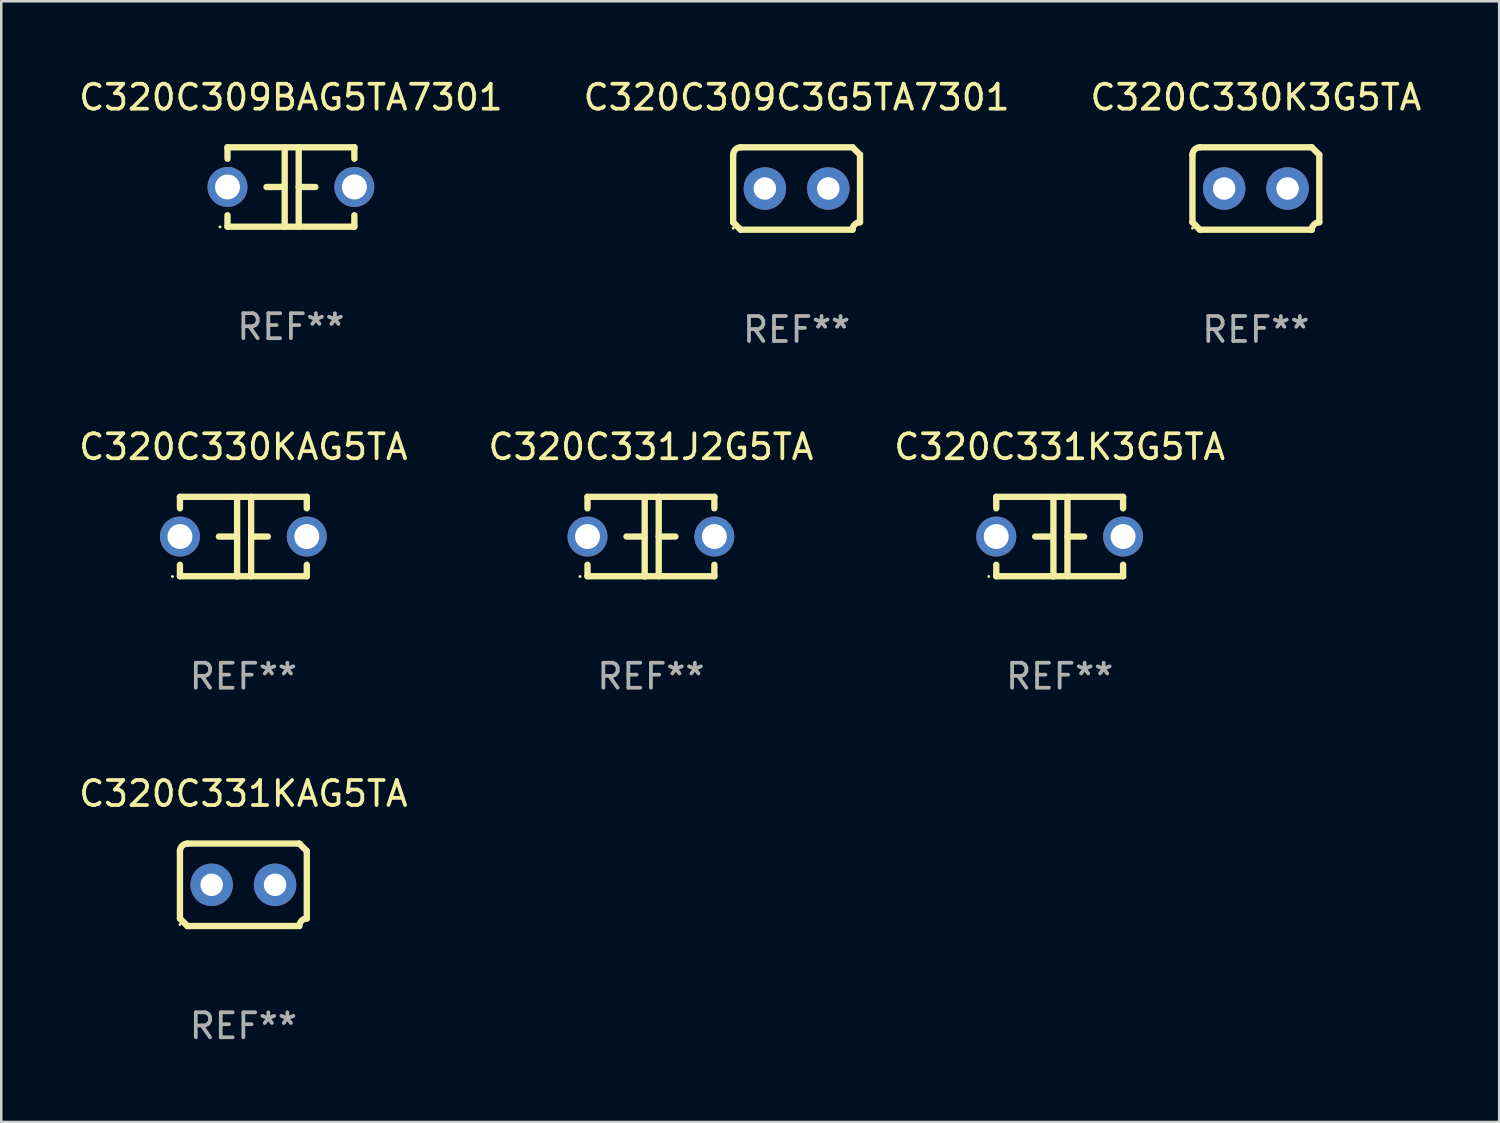
<source format=kicad_pcb>
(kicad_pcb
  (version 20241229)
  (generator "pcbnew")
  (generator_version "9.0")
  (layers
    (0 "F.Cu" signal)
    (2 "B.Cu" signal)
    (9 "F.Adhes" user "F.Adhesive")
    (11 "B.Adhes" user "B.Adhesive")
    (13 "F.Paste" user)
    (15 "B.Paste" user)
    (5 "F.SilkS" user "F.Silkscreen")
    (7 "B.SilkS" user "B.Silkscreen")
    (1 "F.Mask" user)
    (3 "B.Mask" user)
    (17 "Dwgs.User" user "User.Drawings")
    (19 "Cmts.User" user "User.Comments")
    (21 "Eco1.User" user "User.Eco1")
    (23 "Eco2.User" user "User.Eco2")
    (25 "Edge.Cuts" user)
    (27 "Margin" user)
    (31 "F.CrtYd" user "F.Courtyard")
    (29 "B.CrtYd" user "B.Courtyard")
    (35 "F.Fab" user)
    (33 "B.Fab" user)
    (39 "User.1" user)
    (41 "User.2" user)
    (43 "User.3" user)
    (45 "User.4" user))
  (footprint "C320C309C3G5TA7301"
    (layer "F.Cu")
    (at 28.851 4.499)
    (property "Reference" "C320C309C3G5TA7301" (at 0 -3.651 0) (layer "F.SilkS") (effects (font (size 1 1) (thickness 0.15))))
    (attr through_hole)
    (fp_line (start -2.54 -1.351) (end -2.54 1.351) (stroke (width 0.254) (type solid)) (layer "F.SilkS"))
    (fp_line (start -2.24 -1.651) (end 2.24 -1.651) (stroke (width 0.254) (type solid)) (layer "F.SilkS"))
    (fp_line (start 2.24 1.651) (end -2.24 1.651) (stroke (width 0.254) (type solid)) (layer "F.SilkS"))
    (fp_line (start 2.54 1.351) (end 2.54 -1.351) (stroke (width 0.254) (type solid)) (layer "F.SilkS"))
    (fp_arc (start -2.540005 -1.351283) (mid -2.450115 -1.561309) (end -2.240005 -1.651003) (stroke (width 0.254001) (type solid)) (layer "F.SilkS"))
    (fp_arc (start -2.240287 1.651001) (mid -2.390163 1.501019) (end -2.540005 1.351003) (stroke (width 0.254001) (type solid)) (layer "F.SilkS"))
    (fp_arc (start 2.240005 1.651003) (mid 2.329934 1.441015) (end 2.540005 1.351282) (stroke (width 0.254001) (type solid)) (layer "F.SilkS"))
    (fp_arc (start 2.540005 -1.351003) (mid 2.389393 -1.500252) (end 2.240284 -1.651003) (stroke (width 0.254001) (type solid)) (layer "F.SilkS"))
    (fp_circle (center -2.54 1.59) (end -2.51 1.59) (stroke (width 0.06) (type solid)) (fill no) (layer "F.SilkS"))
    (fp_text user "REF**" (at 0 5.651 0) (layer "F.Fab") (effects (font (size 1 1) (thickness 0.15))))
    (pad "1" thru_hole circle (at -1.27 0) (size 1.7 1.7) (drill 0.9) (layers "*.Cu" "*.Mask"))
    (pad "2" thru_hole circle (at 1.27 0) (size 1.7 1.7) (drill 0.9) (layers "*.Cu" "*.Mask")))
  (footprint "C320C330KAG5TA"
    (layer "F.Cu")
    (at 6.696 18.442)
    (property "Reference" "C320C330KAG5TA" (at 0 -3.595 0) (layer "F.SilkS") (effects (font (size 1 1) (thickness 0.15))))
    (attr through_hole)
    (fp_line (start -2.54 -1.595) (end -2.54 -1.136) (stroke (width 0.254) (type solid)) (layer "F.SilkS"))
    (fp_line (start -2.54 -1.595) (end 2.54 -1.595) (stroke (width 0.254) (type solid)) (layer "F.SilkS"))
    (fp_line (start -2.54 1.126) (end -2.54 1.585) (stroke (width 0.254) (type solid)) (layer "F.SilkS"))
    (fp_line (start -0.312 -0.005) (end -0.98 -0.005) (stroke (width 0.254) (type solid)) (layer "F.SilkS"))
    (fp_line (start -0.25 -1.585) (end -0.25 1.595) (stroke (width 0.254) (type solid)) (layer "F.SilkS"))
    (fp_line (start 0.312 -1.595) (end 0.312 1.585) (stroke (width 0.254) (type solid)) (layer "F.SilkS"))
    (fp_line (start 0.312 -0.005) (end 0.98 -0.005) (stroke (width 0.254) (type solid)) (layer "F.SilkS"))
    (fp_line (start 2.54 -1.595) (end 2.54 -1.136) (stroke (width 0.254) (type solid)) (layer "F.SilkS"))
    (fp_line (start 2.54 1.126) (end 2.54 1.585) (stroke (width 0.254) (type solid)) (layer "F.SilkS"))
    (fp_line (start 2.54 1.585) (end -2.54 1.585) (stroke (width 0.254) (type solid)) (layer "F.SilkS"))
    (fp_circle (center -2.84 1.595) (end -2.81 1.595) (stroke (width 0.06) (type solid)) (fill no) (layer "F.SilkS"))
    (fp_text user "REF**" (at 0 5.595 0) (layer "F.Fab") (effects (font (size 1 1) (thickness 0.15))))
    (pad "1" thru_hole circle (at -2.54 -0.005) (size 1.6 1.6) (drill 1) (layers "*.Cu" "*.Mask"))
    (pad "2" thru_hole circle (at 2.54 -0.005) (size 1.6 1.6) (drill 1) (layers "*.Cu" "*.Mask")))
  (footprint "C320C331KAG5TA"
    (layer "F.Cu")
    (at 6.696 32.384)
    (property "Reference" "C320C331KAG5TA" (at 0 -3.651 0) (layer "F.SilkS") (effects (font (size 1 1) (thickness 0.15))))
    (attr through_hole)
    (fp_line (start -2.54 -1.351) (end -2.54 1.351) (stroke (width 0.254) (type solid)) (layer "F.SilkS"))
    (fp_line (start -2.24 -1.651) (end 2.24 -1.651) (stroke (width 0.254) (type solid)) (layer "F.SilkS"))
    (fp_line (start 2.24 1.651) (end -2.24 1.651) (stroke (width 0.254) (type solid)) (layer "F.SilkS"))
    (fp_line (start 2.54 1.351) (end 2.54 -1.351) (stroke (width 0.254) (type solid)) (layer "F.SilkS"))
    (fp_arc (start -2.540005 -1.351283) (mid -2.450115 -1.561309) (end -2.240005 -1.651003) (stroke (width 0.254001) (type solid)) (layer "F.SilkS"))
    (fp_arc (start -2.240287 1.651001) (mid -2.390163 1.501019) (end -2.540005 1.351003) (stroke (width 0.254001) (type solid)) (layer "F.SilkS"))
    (fp_arc (start 2.240005 1.651003) (mid 2.329934 1.441015) (end 2.540005 1.351282) (stroke (width 0.254001) (type solid)) (layer "F.SilkS"))
    (fp_arc (start 2.540005 -1.351003) (mid 2.389393 -1.500252) (end 2.240284 -1.651003) (stroke (width 0.254001) (type solid)) (layer "F.SilkS"))
    (fp_circle (center -2.54 1.59) (end -2.51 1.59) (stroke (width 0.06) (type solid)) (fill no) (layer "F.SilkS"))
    (fp_text user "REF**" (at 0 5.651 0) (layer "F.Fab") (effects (font (size 1 1) (thickness 0.15))))
    (pad "1" thru_hole circle (at -1.27 0) (size 1.7 1.7) (drill 0.9) (layers "*.Cu" "*.Mask"))
    (pad "2" thru_hole circle (at 1.27 0) (size 1.7 1.7) (drill 0.9) (layers "*.Cu" "*.Mask")))
  (footprint "C320C309BAG5TA7301"
    (layer "F.Cu")
    (at 8.601 4.443)
    (property "Reference" "C320C309BAG5TA7301" (at 0 -3.595 0) (layer "F.SilkS") (effects (font (size 1 1) (thickness 0.15))))
    (attr through_hole)
    (fp_line (start -2.54 -1.595) (end -2.54 -1.136) (stroke (width 0.254) (type solid)) (layer "F.SilkS"))
    (fp_line (start -2.54 -1.595) (end 2.54 -1.595) (stroke (width 0.254) (type solid)) (layer "F.SilkS"))
    (fp_line (start -2.54 1.126) (end -2.54 1.585) (stroke (width 0.254) (type solid)) (layer "F.SilkS"))
    (fp_line (start -0.312 -0.005) (end -0.98 -0.005) (stroke (width 0.254) (type solid)) (layer "F.SilkS"))
    (fp_line (start -0.25 -1.585) (end -0.25 1.595) (stroke (width 0.254) (type solid)) (layer "F.SilkS"))
    (fp_line (start 0.312 -1.595) (end 0.312 1.585) (stroke (width 0.254) (type solid)) (layer "F.SilkS"))
    (fp_line (start 0.312 -0.005) (end 0.98 -0.005) (stroke (width 0.254) (type solid)) (layer "F.SilkS"))
    (fp_line (start 2.54 -1.595) (end 2.54 -1.136) (stroke (width 0.254) (type solid)) (layer "F.SilkS"))
    (fp_line (start 2.54 1.126) (end 2.54 1.585) (stroke (width 0.254) (type solid)) (layer "F.SilkS"))
    (fp_line (start 2.54 1.585) (end -2.54 1.585) (stroke (width 0.254) (type solid)) (layer "F.SilkS"))
    (fp_circle (center -2.84 1.595) (end -2.81 1.595) (stroke (width 0.06) (type solid)) (fill no) (layer "F.SilkS"))
    (fp_text user "REF**" (at 0 5.595 0) (layer "F.Fab") (effects (font (size 1 1) (thickness 0.15))))
    (pad "1" thru_hole circle (at -2.54 -0.005) (size 1.6 1.6) (drill 1) (layers "*.Cu" "*.Mask"))
    (pad "2" thru_hole circle (at 2.54 -0.005) (size 1.6 1.6) (drill 1) (layers "*.Cu" "*.Mask")))
  (footprint "C320C331J2G5TA"
    (layer "F.Cu")
    (at 23.018 18.442)
    (property "Reference" "C320C331J2G5TA" (at 0 -3.595 0) (layer "F.SilkS") (effects (font (size 1 1) (thickness 0.15))))
    (attr through_hole)
    (fp_line (start -2.54 -1.595) (end -2.54 -1.136) (stroke (width 0.254) (type solid)) (layer "F.SilkS"))
    (fp_line (start -2.54 -1.595) (end 2.54 -1.595) (stroke (width 0.254) (type solid)) (layer "F.SilkS"))
    (fp_line (start -2.54 1.126) (end -2.54 1.585) (stroke (width 0.254) (type solid)) (layer "F.SilkS"))
    (fp_line (start -0.312 -0.005) (end -0.98 -0.005) (stroke (width 0.254) (type solid)) (layer "F.SilkS"))
    (fp_line (start -0.25 -1.585) (end -0.25 1.595) (stroke (width 0.254) (type solid)) (layer "F.SilkS"))
    (fp_line (start 0.312 -1.595) (end 0.312 1.585) (stroke (width 0.254) (type solid)) (layer "F.SilkS"))
    (fp_line (start 0.312 -0.005) (end 0.98 -0.005) (stroke (width 0.254) (type solid)) (layer "F.SilkS"))
    (fp_line (start 2.54 -1.595) (end 2.54 -1.136) (stroke (width 0.254) (type solid)) (layer "F.SilkS"))
    (fp_line (start 2.54 1.126) (end 2.54 1.585) (stroke (width 0.254) (type solid)) (layer "F.SilkS"))
    (fp_line (start 2.54 1.585) (end -2.54 1.585) (stroke (width 0.254) (type solid)) (layer "F.SilkS"))
    (fp_circle (center -2.84 1.595) (end -2.81 1.595) (stroke (width 0.06) (type solid)) (fill no) (layer "F.SilkS"))
    (fp_text user "REF**" (at 0 5.595 0) (layer "F.Fab") (effects (font (size 1 1) (thickness 0.15))))
    (pad "1" thru_hole circle (at -2.54 -0.005) (size 1.6 1.6) (drill 1) (layers "*.Cu" "*.Mask"))
    (pad "2" thru_hole circle (at 2.54 -0.005) (size 1.6 1.6) (drill 1) (layers "*.Cu" "*.Mask")))
  (footprint "C320C330K3G5TA"
    (layer "F.Cu")
    (at 47.244 4.499)
    (property "Reference" "C320C330K3G5TA" (at 0 -3.651 0) (layer "F.SilkS") (effects (font (size 1 1) (thickness 0.15))))
    (attr through_hole)
    (fp_line (start -2.54 -1.351) (end -2.54 1.351) (stroke (width 0.254) (type solid)) (layer "F.SilkS"))
    (fp_line (start -2.24 -1.651) (end 2.24 -1.651) (stroke (width 0.254) (type solid)) (layer "F.SilkS"))
    (fp_line (start 2.24 1.651) (end -2.24 1.651) (stroke (width 0.254) (type solid)) (layer "F.SilkS"))
    (fp_line (start 2.54 1.351) (end 2.54 -1.351) (stroke (width 0.254) (type solid)) (layer "F.SilkS"))
    (fp_arc (start -2.540005 -1.351283) (mid -2.450115 -1.561309) (end -2.240005 -1.651003) (stroke (width 0.254001) (type solid)) (layer "F.SilkS"))
    (fp_arc (start -2.240287 1.651001) (mid -2.390163 1.501019) (end -2.540005 1.351003) (stroke (width 0.254001) (type solid)) (layer "F.SilkS"))
    (fp_arc (start 2.240005 1.651003) (mid 2.329934 1.441015) (end 2.540005 1.351282) (stroke (width 0.254001) (type solid)) (layer "F.SilkS"))
    (fp_arc (start 2.540005 -1.351003) (mid 2.389393 -1.500252) (end 2.240284 -1.651003) (stroke (width 0.254001) (type solid)) (layer "F.SilkS"))
    (fp_circle (center -2.54 1.59) (end -2.51 1.59) (stroke (width 0.06) (type solid)) (fill no) (layer "F.SilkS"))
    (fp_text user "REF**" (at 0 5.651 0) (layer "F.Fab") (effects (font (size 1 1) (thickness 0.15))))
    (pad "1" thru_hole circle (at -1.27 0) (size 1.7 1.7) (drill 0.9) (layers "*.Cu" "*.Mask"))
    (pad "2" thru_hole circle (at 1.27 0) (size 1.7 1.7) (drill 0.9) (layers "*.Cu" "*.Mask")))
  (footprint "C320C331K3G5TA"
    (layer "F.Cu")
    (at 39.387 18.442)
    (property "Reference" "C320C331K3G5TA" (at 0 -3.595 0) (layer "F.SilkS") (effects (font (size 1 1) (thickness 0.15))))
    (attr through_hole)
    (fp_line (start -2.54 -1.595) (end -2.54 -1.136) (stroke (width 0.254) (type solid)) (layer "F.SilkS"))
    (fp_line (start -2.54 -1.595) (end 2.54 -1.595) (stroke (width 0.254) (type solid)) (layer "F.SilkS"))
    (fp_line (start -2.54 1.126) (end -2.54 1.585) (stroke (width 0.254) (type solid)) (layer "F.SilkS"))
    (fp_line (start -0.312 -0.005) (end -0.98 -0.005) (stroke (width 0.254) (type solid)) (layer "F.SilkS"))
    (fp_line (start -0.25 -1.585) (end -0.25 1.595) (stroke (width 0.254) (type solid)) (layer "F.SilkS"))
    (fp_line (start 0.312 -1.595) (end 0.312 1.585) (stroke (width 0.254) (type solid)) (layer "F.SilkS"))
    (fp_line (start 0.312 -0.005) (end 0.98 -0.005) (stroke (width 0.254) (type solid)) (layer "F.SilkS"))
    (fp_line (start 2.54 -1.595) (end 2.54 -1.136) (stroke (width 0.254) (type solid)) (layer "F.SilkS"))
    (fp_line (start 2.54 1.126) (end 2.54 1.585) (stroke (width 0.254) (type solid)) (layer "F.SilkS"))
    (fp_line (start 2.54 1.585) (end -2.54 1.585) (stroke (width 0.254) (type solid)) (layer "F.SilkS"))
    (fp_circle (center -2.84 1.595) (end -2.81 1.595) (stroke (width 0.06) (type solid)) (fill no) (layer "F.SilkS"))
    (fp_text user "REF**" (at 0 5.595 0) (layer "F.Fab") (effects (font (size 1 1) (thickness 0.15))))
    (pad "1" thru_hole circle (at -2.54 -0.005) (size 1.6 1.6) (drill 1) (layers "*.Cu" "*.Mask"))
    (pad "2" thru_hole circle (at 2.54 -0.005) (size 1.6 1.6) (drill 1) (layers "*.Cu" "*.Mask")))
  (gr_rect
    (start -3 -3)
    (end 56.988 41.883)
    (stroke (width 0.1) (type default))
    (fill no)
    (layer "Edge.Cuts")))
</source>
